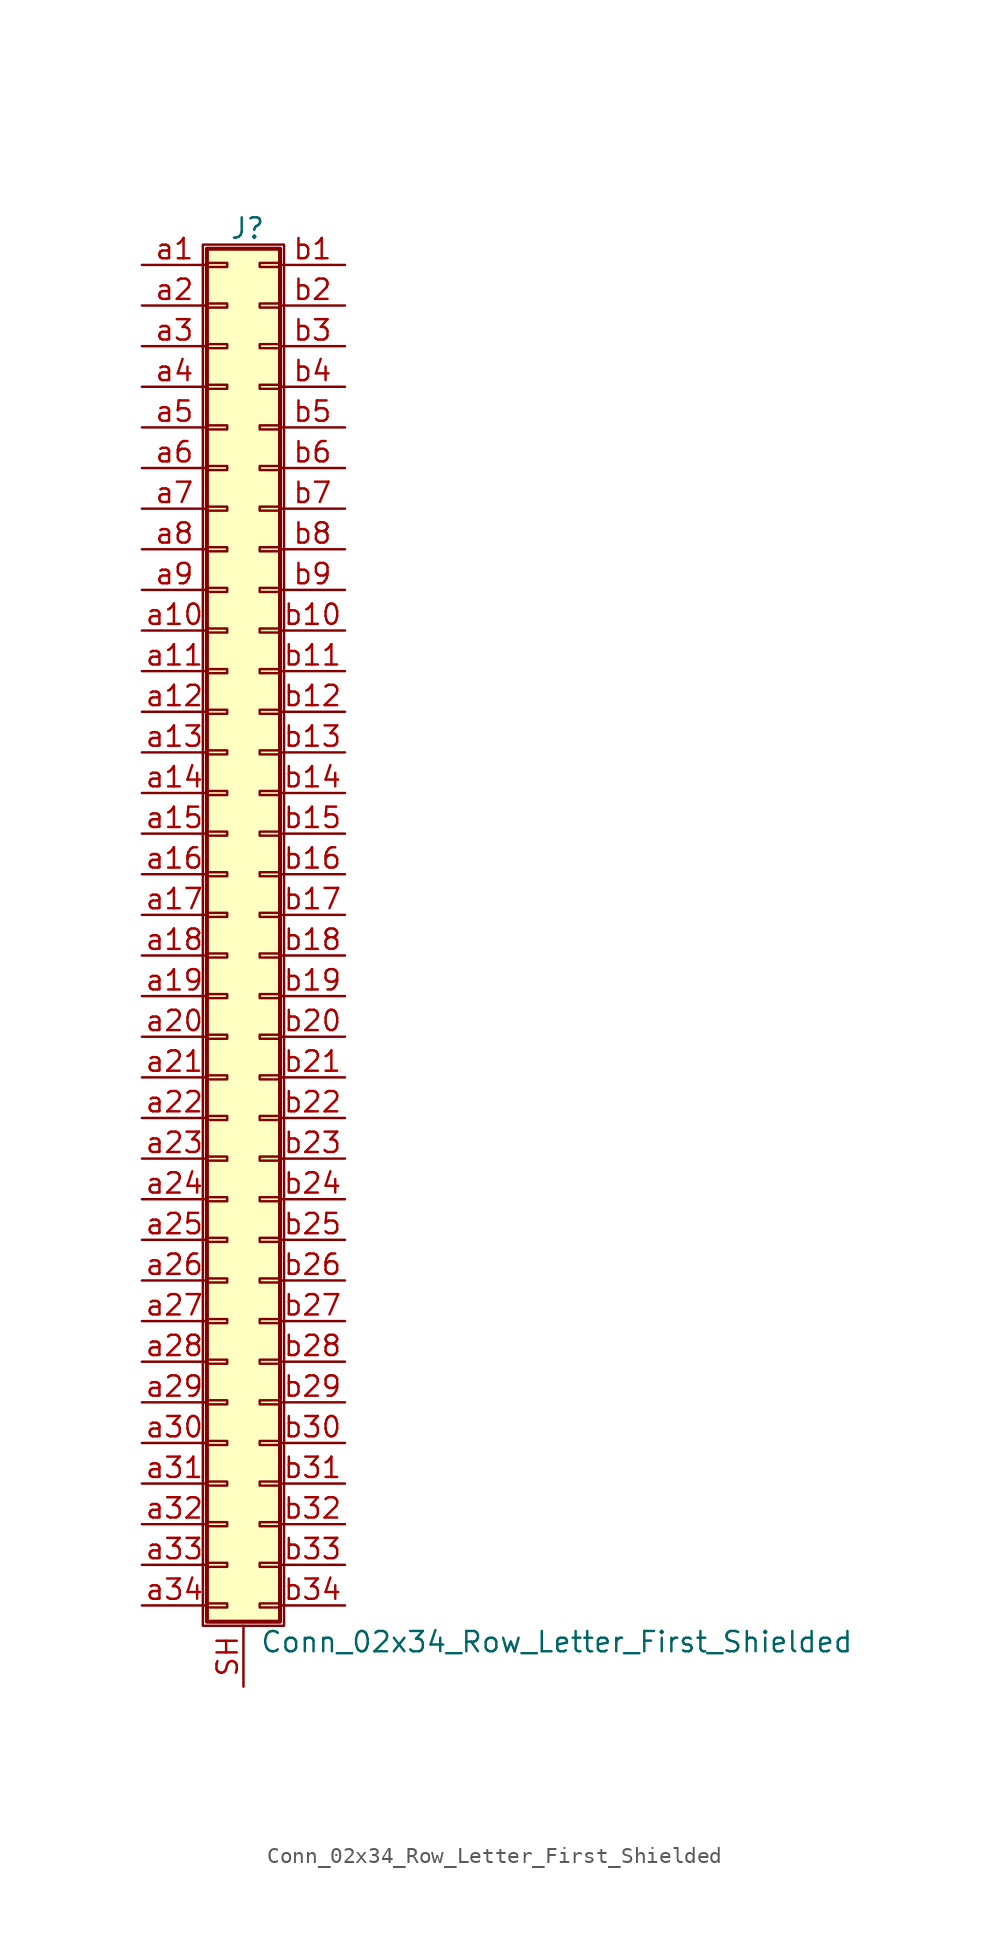
<source format=kicad_sym>
(kicad_symbol_lib
  (version 20220914)
  (generator kicad_symbol_editor)
  (symbol "Conn_02x34_Row_Letter_First_Shielded"
    (pin_names
      (offset 1.016) hide)
    (property "Reference" "J"
      (at 1.524 42.926 0)
      (effects (font (size 1.27 1.27))))
    (property "Value" "Conn_02x34_Row_Letter_First_Shielded"
      (at 2.286 -45.466 0)
      (effects (font (size 1.27 1.27)) (justify left)))
    (symbol "Conn_02x34_Row_Letter_First_Shielded_1_1"
      (rectangle (start -1.27 41.91) (end 3.81 -44.45) (stroke (width 0.152) (type default)) (fill (type none)))
      (rectangle (start -1.016 -43.053) (end 0.254 -43.307) (stroke (width 0.152) (type default)) (fill (type none)))
      (rectangle (start -1.016 -40.513) (end 0.254 -40.767) (stroke (width 0.152) (type default)) (fill (type none)))
      (rectangle (start -1.016 -37.973) (end 0.254 -38.227) (stroke (width 0.152) (type default)) (fill (type none)))
      (rectangle (start -1.016 -35.433) (end 0.254 -35.687) (stroke (width 0.152) (type default)) (fill (type none)))
      (rectangle (start -1.016 -32.893) (end 0.254 -33.147) (stroke (width 0.152) (type default)) (fill (type none)))
      (rectangle (start -1.016 -30.353) (end 0.254 -30.607) (stroke (width 0.152) (type default)) (fill (type none)))
      (rectangle (start -1.016 -27.813) (end 0.254 -28.067) (stroke (width 0.152) (type default)) (fill (type none)))
      (rectangle (start -1.016 -25.273) (end 0.254 -25.527) (stroke (width 0.152) (type default)) (fill (type none)))
      (rectangle (start -1.016 -22.733) (end 0.254 -22.987) (stroke (width 0.152) (type default)) (fill (type none)))
      (rectangle (start -1.016 -20.193) (end 0.254 -20.447) (stroke (width 0.152) (type default)) (fill (type none)))
      (rectangle (start -1.016 -17.653) (end 0.254 -17.907) (stroke (width 0.152) (type default)) (fill (type none)))
      (rectangle (start -1.016 -15.113) (end 0.254 -15.367) (stroke (width 0.152) (type default)) (fill (type none)))
      (rectangle (start -1.016 -12.573) (end 0.254 -12.827) (stroke (width 0.152) (type default)) (fill (type none)))
      (rectangle (start -1.016 -10.033) (end 0.254 -10.287) (stroke (width 0.152) (type default)) (fill (type none)))
      (rectangle (start -1.016 -7.493) (end 0.254 -7.747) (stroke (width 0.152) (type default)) (fill (type none)))
      (rectangle (start -1.016 -4.953) (end 0.254 -5.207) (stroke (width 0.152) (type default)) (fill (type none)))
      (rectangle (start -1.016 -2.413) (end 0.254 -2.667) (stroke (width 0.152) (type default)) (fill (type none)))
      (rectangle (start -1.016 0.127) (end 0.254 -0.127) (stroke (width 0.152) (type default)) (fill (type none)))
      (rectangle (start -1.016 2.667) (end 0.254 2.413) (stroke (width 0.152) (type default)) (fill (type none)))
      (rectangle (start -1.016 5.207) (end 0.254 4.953) (stroke (width 0.152) (type default)) (fill (type none)))
      (rectangle (start -1.016 7.747) (end 0.254 7.493) (stroke (width 0.152) (type default)) (fill (type none)))
      (rectangle (start -1.016 10.287) (end 0.254 10.033) (stroke (width 0.152) (type default)) (fill (type none)))
      (rectangle (start -1.016 12.827) (end 0.254 12.573) (stroke (width 0.152) (type default)) (fill (type none)))
      (rectangle (start -1.016 15.367) (end 0.254 15.113) (stroke (width 0.152) (type default)) (fill (type none)))
      (rectangle (start -1.016 17.907) (end 0.254 17.653) (stroke (width 0.152) (type default)) (fill (type none)))
      (rectangle (start -1.016 20.447) (end 0.254 20.193) (stroke (width 0.152) (type default)) (fill (type none)))
      (rectangle (start -1.016 22.987) (end 0.254 22.733) (stroke (width 0.152) (type default)) (fill (type none)))
      (rectangle (start -1.016 25.527) (end 0.254 25.273) (stroke (width 0.152) (type default)) (fill (type none)))
      (rectangle (start -1.016 28.067) (end 0.254 27.813) (stroke (width 0.152) (type default)) (fill (type none)))
      (rectangle (start -1.016 30.607) (end 0.254 30.353) (stroke (width 0.152) (type default)) (fill (type none)))
      (rectangle (start -1.016 33.147) (end 0.254 32.893) (stroke (width 0.152) (type default)) (fill (type none)))
      (rectangle (start -1.016 35.687) (end 0.254 35.433) (stroke (width 0.152) (type default)) (fill (type none)))
      (rectangle (start -1.016 38.227) (end 0.254 37.973) (stroke (width 0.152) (type default)) (fill (type none)))
      (rectangle (start -1.016 40.767) (end 0.254 40.513) (stroke (width 0.152) (type default)) (fill (type none)))
      (rectangle (start -1.016 41.656) (end 3.556 -44.196) (stroke (width 0.254) (type default)) (fill (type background)))
      (rectangle (start 3.556 -43.053) (end 2.286 -43.307) (stroke (width 0.152) (type default)) (fill (type none)))
      (rectangle (start 3.556 -40.513) (end 2.286 -40.767) (stroke (width 0.152) (type default)) (fill (type none)))
      (rectangle (start 3.556 -37.973) (end 2.286 -38.227) (stroke (width 0.152) (type default)) (fill (type none)))
      (rectangle (start 3.556 -35.433) (end 2.286 -35.687) (stroke (width 0.152) (type default)) (fill (type none)))
      (rectangle (start 3.556 -32.893) (end 2.286 -33.147) (stroke (width 0.152) (type default)) (fill (type none)))
      (rectangle (start 3.556 -30.353) (end 2.286 -30.607) (stroke (width 0.152) (type default)) (fill (type none)))
      (rectangle (start 3.556 -27.813) (end 2.286 -28.067) (stroke (width 0.152) (type default)) (fill (type none)))
      (rectangle (start 3.556 -25.273) (end 2.286 -25.527) (stroke (width 0.152) (type default)) (fill (type none)))
      (rectangle (start 3.556 -22.733) (end 2.286 -22.987) (stroke (width 0.152) (type default)) (fill (type none)))
      (rectangle (start 3.556 -20.193) (end 2.286 -20.447) (stroke (width 0.152) (type default)) (fill (type none)))
      (rectangle (start 3.556 -17.653) (end 2.286 -17.907) (stroke (width 0.152) (type default)) (fill (type none)))
      (rectangle (start 3.556 -15.113) (end 2.286 -15.367) (stroke (width 0.152) (type default)) (fill (type none)))
      (rectangle (start 3.556 -12.573) (end 2.286 -12.827) (stroke (width 0.152) (type default)) (fill (type none)))
      (rectangle (start 3.556 -10.033) (end 2.286 -10.287) (stroke (width 0.152) (type default)) (fill (type none)))
      (rectangle (start 3.556 -7.493) (end 2.286 -7.747) (stroke (width 0.152) (type default)) (fill (type none)))
      (rectangle (start 3.556 -4.953) (end 2.286 -5.207) (stroke (width 0.152) (type default)) (fill (type none)))
      (rectangle (start 3.556 -2.413) (end 2.286 -2.667) (stroke (width 0.152) (type default)) (fill (type none)))
      (rectangle (start 3.556 0.127) (end 2.286 -0.127) (stroke (width 0.152) (type default)) (fill (type none)))
      (rectangle (start 3.556 2.667) (end 2.286 2.413) (stroke (width 0.152) (type default)) (fill (type none)))
      (rectangle (start 3.556 5.207) (end 2.286 4.953) (stroke (width 0.152) (type default)) (fill (type none)))
      (rectangle (start 3.556 7.747) (end 2.286 7.493) (stroke (width 0.152) (type default)) (fill (type none)))
      (rectangle (start 3.556 10.287) (end 2.286 10.033) (stroke (width 0.152) (type default)) (fill (type none)))
      (rectangle (start 3.556 12.827) (end 2.286 12.573) (stroke (width 0.152) (type default)) (fill (type none)))
      (rectangle (start 3.556 15.367) (end 2.286 15.113) (stroke (width 0.152) (type default)) (fill (type none)))
      (rectangle (start 3.556 17.907) (end 2.286 17.653) (stroke (width 0.152) (type default)) (fill (type none)))
      (rectangle (start 3.556 20.447) (end 2.286 20.193) (stroke (width 0.152) (type default)) (fill (type none)))
      (rectangle (start 3.556 22.987) (end 2.286 22.733) (stroke (width 0.152) (type default)) (fill (type none)))
      (rectangle (start 3.556 25.527) (end 2.286 25.273) (stroke (width 0.152) (type default)) (fill (type none)))
      (rectangle (start 3.556 28.067) (end 2.286 27.813) (stroke (width 0.152) (type default)) (fill (type none)))
      (rectangle (start 3.556 30.607) (end 2.286 30.353) (stroke (width 0.152) (type default)) (fill (type none)))
      (rectangle (start 3.556 33.147) (end 2.286 32.893) (stroke (width 0.152) (type default)) (fill (type none)))
      (rectangle (start 3.556 35.687) (end 2.286 35.433) (stroke (width 0.152) (type default)) (fill (type none)))
      (rectangle (start 3.556 38.227) (end 2.286 37.973) (stroke (width 0.152) (type default)) (fill (type none)))
      (rectangle (start 3.556 40.767) (end 2.286 40.513) (stroke (width 0.152) (type default)) (fill (type none)))
      (pin passive line (at 1.27 -48.26 90) (length 3.81) (name "Shield" (effects (font (size 1.27 1.27)))) (number "SH" (effects (font (size 1.27 1.27)))))
      (pin passive line (at -5.08 40.64 0) (length 4.064) (name "Pin_a1" (effects (font (size 1.27 1.27)))) (number "a1" (effects (font (size 1.27 1.27)))))
      (pin passive line (at -5.08 17.78 0) (length 4.064) (name "Pin_a10" (effects (font (size 1.27 1.27)))) (number "a10" (effects (font (size 1.27 1.27)))))
      (pin passive line (at -5.08 15.24 0) (length 4.064) (name "Pin_a11" (effects (font (size 1.27 1.27)))) (number "a11" (effects (font (size 1.27 1.27)))))
      (pin passive line (at -5.08 12.7 0) (length 4.064) (name "Pin_a12" (effects (font (size 1.27 1.27)))) (number "a12" (effects (font (size 1.27 1.27)))))
      (pin passive line (at -5.08 10.16 0) (length 4.064) (name "Pin_a13" (effects (font (size 1.27 1.27)))) (number "a13" (effects (font (size 1.27 1.27)))))
      (pin passive line (at -5.08 7.62 0) (length 4.064) (name "Pin_a14" (effects (font (size 1.27 1.27)))) (number "a14" (effects (font (size 1.27 1.27)))))
      (pin passive line (at -5.08 5.08 0) (length 4.064) (name "Pin_a15" (effects (font (size 1.27 1.27)))) (number "a15" (effects (font (size 1.27 1.27)))))
      (pin passive line (at -5.08 2.54 0) (length 4.064) (name "Pin_a16" (effects (font (size 1.27 1.27)))) (number "a16" (effects (font (size 1.27 1.27)))))
      (pin passive line (at -5.08 0 0) (length 4.064) (name "Pin_a17" (effects (font (size 1.27 1.27)))) (number "a17" (effects (font (size 1.27 1.27)))))
      (pin passive line (at -5.08 -2.54 0) (length 4.064) (name "Pin_a18" (effects (font (size 1.27 1.27)))) (number "a18" (effects (font (size 1.27 1.27)))))
      (pin passive line (at -5.08 -5.08 0) (length 4.064) (name "Pin_a19" (effects (font (size 1.27 1.27)))) (number "a19" (effects (font (size 1.27 1.27)))))
      (pin passive line (at -5.08 38.1 0) (length 4.064) (name "Pin_a2" (effects (font (size 1.27 1.27)))) (number "a2" (effects (font (size 1.27 1.27)))))
      (pin passive line (at -5.08 -7.62 0) (length 4.064) (name "Pin_a20" (effects (font (size 1.27 1.27)))) (number "a20" (effects (font (size 1.27 1.27)))))
      (pin passive line (at -5.08 -10.16 0) (length 4.064) (name "Pin_a21" (effects (font (size 1.27 1.27)))) (number "a21" (effects (font (size 1.27 1.27)))))
      (pin passive line (at -5.08 -12.7 0) (length 4.064) (name "Pin_a22" (effects (font (size 1.27 1.27)))) (number "a22" (effects (font (size 1.27 1.27)))))
      (pin passive line (at -5.08 -15.24 0) (length 4.064) (name "Pin_a23" (effects (font (size 1.27 1.27)))) (number "a23" (effects (font (size 1.27 1.27)))))
      (pin passive line (at -5.08 -17.78 0) (length 4.064) (name "Pin_a24" (effects (font (size 1.27 1.27)))) (number "a24" (effects (font (size 1.27 1.27)))))
      (pin passive line (at -5.08 -20.32 0) (length 4.064) (name "Pin_a25" (effects (font (size 1.27 1.27)))) (number "a25" (effects (font (size 1.27 1.27)))))
      (pin passive line (at -5.08 -22.86 0) (length 4.064) (name "Pin_a26" (effects (font (size 1.27 1.27)))) (number "a26" (effects (font (size 1.27 1.27)))))
      (pin passive line (at -5.08 -25.4 0) (length 4.064) (name "Pin_a27" (effects (font (size 1.27 1.27)))) (number "a27" (effects (font (size 1.27 1.27)))))
      (pin passive line (at -5.08 -27.94 0) (length 4.064) (name "Pin_a28" (effects (font (size 1.27 1.27)))) (number "a28" (effects (font (size 1.27 1.27)))))
      (pin passive line (at -5.08 -30.48 0) (length 4.064) (name "Pin_a29" (effects (font (size 1.27 1.27)))) (number "a29" (effects (font (size 1.27 1.27)))))
      (pin passive line (at -5.08 35.56 0) (length 4.064) (name "Pin_a3" (effects (font (size 1.27 1.27)))) (number "a3" (effects (font (size 1.27 1.27)))))
      (pin passive line (at -5.08 -33.02 0) (length 4.064) (name "Pin_a30" (effects (font (size 1.27 1.27)))) (number "a30" (effects (font (size 1.27 1.27)))))
      (pin passive line (at -5.08 -35.56 0) (length 4.064) (name "Pin_a31" (effects (font (size 1.27 1.27)))) (number "a31" (effects (font (size 1.27 1.27)))))
      (pin passive line (at -5.08 -38.1 0) (length 4.064) (name "Pin_a32" (effects (font (size 1.27 1.27)))) (number "a32" (effects (font (size 1.27 1.27)))))
      (pin passive line (at -5.08 -40.64 0) (length 4.064) (name "Pin_a33" (effects (font (size 1.27 1.27)))) (number "a33" (effects (font (size 1.27 1.27)))))
      (pin passive line (at -5.08 -43.18 0) (length 4.064) (name "Pin_a34" (effects (font (size 1.27 1.27)))) (number "a34" (effects (font (size 1.27 1.27)))))
      (pin passive line (at -5.08 33.02 0) (length 4.064) (name "Pin_a4" (effects (font (size 1.27 1.27)))) (number "a4" (effects (font (size 1.27 1.27)))))
      (pin passive line (at -5.08 30.48 0) (length 4.064) (name "Pin_a5" (effects (font (size 1.27 1.27)))) (number "a5" (effects (font (size 1.27 1.27)))))
      (pin passive line (at -5.08 27.94 0) (length 4.064) (name "Pin_a6" (effects (font (size 1.27 1.27)))) (number "a6" (effects (font (size 1.27 1.27)))))
      (pin passive line (at -5.08 25.4 0) (length 4.064) (name "Pin_a7" (effects (font (size 1.27 1.27)))) (number "a7" (effects (font (size 1.27 1.27)))))
      (pin passive line (at -5.08 22.86 0) (length 4.064) (name "Pin_a8" (effects (font (size 1.27 1.27)))) (number "a8" (effects (font (size 1.27 1.27)))))
      (pin passive line (at -5.08 20.32 0) (length 4.064) (name "Pin_a9" (effects (font (size 1.27 1.27)))) (number "a9" (effects (font (size 1.27 1.27)))))
      (pin passive line (at 7.62 40.64 180) (length 4.064) (name "Pin_b1" (effects (font (size 1.27 1.27)))) (number "b1" (effects (font (size 1.27 1.27)))))
      (pin passive line (at 7.62 17.78 180) (length 4.064) (name "Pin_b10" (effects (font (size 1.27 1.27)))) (number "b10" (effects (font (size 1.27 1.27)))))
      (pin passive line (at 7.62 15.24 180) (length 4.064) (name "Pin_b11" (effects (font (size 1.27 1.27)))) (number "b11" (effects (font (size 1.27 1.27)))))
      (pin passive line (at 7.62 12.7 180) (length 4.064) (name "Pin_b12" (effects (font (size 1.27 1.27)))) (number "b12" (effects (font (size 1.27 1.27)))))
      (pin passive line (at 7.62 10.16 180) (length 4.064) (name "Pin_b13" (effects (font (size 1.27 1.27)))) (number "b13" (effects (font (size 1.27 1.27)))))
      (pin passive line (at 7.62 7.62 180) (length 4.064) (name "Pin_b14" (effects (font (size 1.27 1.27)))) (number "b14" (effects (font (size 1.27 1.27)))))
      (pin passive line (at 7.62 5.08 180) (length 4.064) (name "Pin_b15" (effects (font (size 1.27 1.27)))) (number "b15" (effects (font (size 1.27 1.27)))))
      (pin passive line (at 7.62 2.54 180) (length 4.064) (name "Pin_b16" (effects (font (size 1.27 1.27)))) (number "b16" (effects (font (size 1.27 1.27)))))
      (pin passive line (at 7.62 0 180) (length 4.064) (name "Pin_b17" (effects (font (size 1.27 1.27)))) (number "b17" (effects (font (size 1.27 1.27)))))
      (pin passive line (at 7.62 -2.54 180) (length 4.064) (name "Pin_b18" (effects (font (size 1.27 1.27)))) (number "b18" (effects (font (size 1.27 1.27)))))
      (pin passive line (at 7.62 -5.08 180) (length 4.064) (name "Pin_b19" (effects (font (size 1.27 1.27)))) (number "b19" (effects (font (size 1.27 1.27)))))
      (pin passive line (at 7.62 38.1 180) (length 4.064) (name "Pin_b2" (effects (font (size 1.27 1.27)))) (number "b2" (effects (font (size 1.27 1.27)))))
      (pin passive line (at 7.62 -7.62 180) (length 4.064) (name "Pin_b20" (effects (font (size 1.27 1.27)))) (number "b20" (effects (font (size 1.27 1.27)))))
      (pin passive line (at 7.62 -10.16 180) (length 4.064) (name "Pin_b21" (effects (font (size 1.27 1.27)))) (number "b21" (effects (font (size 1.27 1.27)))))
      (pin passive line (at 7.62 -12.7 180) (length 4.064) (name "Pin_b22" (effects (font (size 1.27 1.27)))) (number "b22" (effects (font (size 1.27 1.27)))))
      (pin passive line (at 7.62 -15.24 180) (length 4.064) (name "Pin_b23" (effects (font (size 1.27 1.27)))) (number "b23" (effects (font (size 1.27 1.27)))))
      (pin passive line (at 7.62 -17.78 180) (length 4.064) (name "Pin_b24" (effects (font (size 1.27 1.27)))) (number "b24" (effects (font (size 1.27 1.27)))))
      (pin passive line (at 7.62 -20.32 180) (length 4.064) (name "Pin_b25" (effects (font (size 1.27 1.27)))) (number "b25" (effects (font (size 1.27 1.27)))))
      (pin passive line (at 7.62 -22.86 180) (length 4.064) (name "Pin_b26" (effects (font (size 1.27 1.27)))) (number "b26" (effects (font (size 1.27 1.27)))))
      (pin passive line (at 7.62 -25.4 180) (length 4.064) (name "Pin_b27" (effects (font (size 1.27 1.27)))) (number "b27" (effects (font (size 1.27 1.27)))))
      (pin passive line (at 7.62 -27.94 180) (length 4.064) (name "Pin_b28" (effects (font (size 1.27 1.27)))) (number "b28" (effects (font (size 1.27 1.27)))))
      (pin passive line (at 7.62 -30.48 180) (length 4.064) (name "Pin_b29" (effects (font (size 1.27 1.27)))) (number "b29" (effects (font (size 1.27 1.27)))))
      (pin passive line (at 7.62 35.56 180) (length 4.064) (name "Pin_b3" (effects (font (size 1.27 1.27)))) (number "b3" (effects (font (size 1.27 1.27)))))
      (pin passive line (at 7.62 -33.02 180) (length 4.064) (name "Pin_b30" (effects (font (size 1.27 1.27)))) (number "b30" (effects (font (size 1.27 1.27)))))
      (pin passive line (at 7.62 -35.56 180) (length 4.064) (name "Pin_b31" (effects (font (size 1.27 1.27)))) (number "b31" (effects (font (size 1.27 1.27)))))
      (pin passive line (at 7.62 -38.1 180) (length 4.064) (name "Pin_b32" (effects (font (size 1.27 1.27)))) (number "b32" (effects (font (size 1.27 1.27)))))
      (pin passive line (at 7.62 -40.64 180) (length 4.064) (name "Pin_b33" (effects (font (size 1.27 1.27)))) (number "b33" (effects (font (size 1.27 1.27)))))
      (pin passive line (at 7.62 -43.18 180) (length 4.064) (name "Pin_b34" (effects (font (size 1.27 1.27)))) (number "b34" (effects (font (size 1.27 1.27)))))
      (pin passive line (at 7.62 33.02 180) (length 4.064) (name "Pin_b4" (effects (font (size 1.27 1.27)))) (number "b4" (effects (font (size 1.27 1.27)))))
      (pin passive line (at 7.62 30.48 180) (length 4.064) (name "Pin_b5" (effects (font (size 1.27 1.27)))) (number "b5" (effects (font (size 1.27 1.27)))))
      (pin passive line (at 7.62 27.94 180) (length 4.064) (name "Pin_b6" (effects (font (size 1.27 1.27)))) (number "b6" (effects (font (size 1.27 1.27)))))
      (pin passive line (at 7.62 25.4 180) (length 4.064) (name "Pin_b7" (effects (font (size 1.27 1.27)))) (number "b7" (effects (font (size 1.27 1.27)))))
      (pin passive line (at 7.62 22.86 180) (length 4.064) (name "Pin_b8" (effects (font (size 1.27 1.27)))) (number "b8" (effects (font (size 1.27 1.27)))))
      (pin passive line (at 7.62 20.32 180) (length 4.064) (name "Pin_b9" (effects (font (size 1.27 1.27)))) (number "b9" (effects (font (size 1.27 1.27))))))))
</source>
